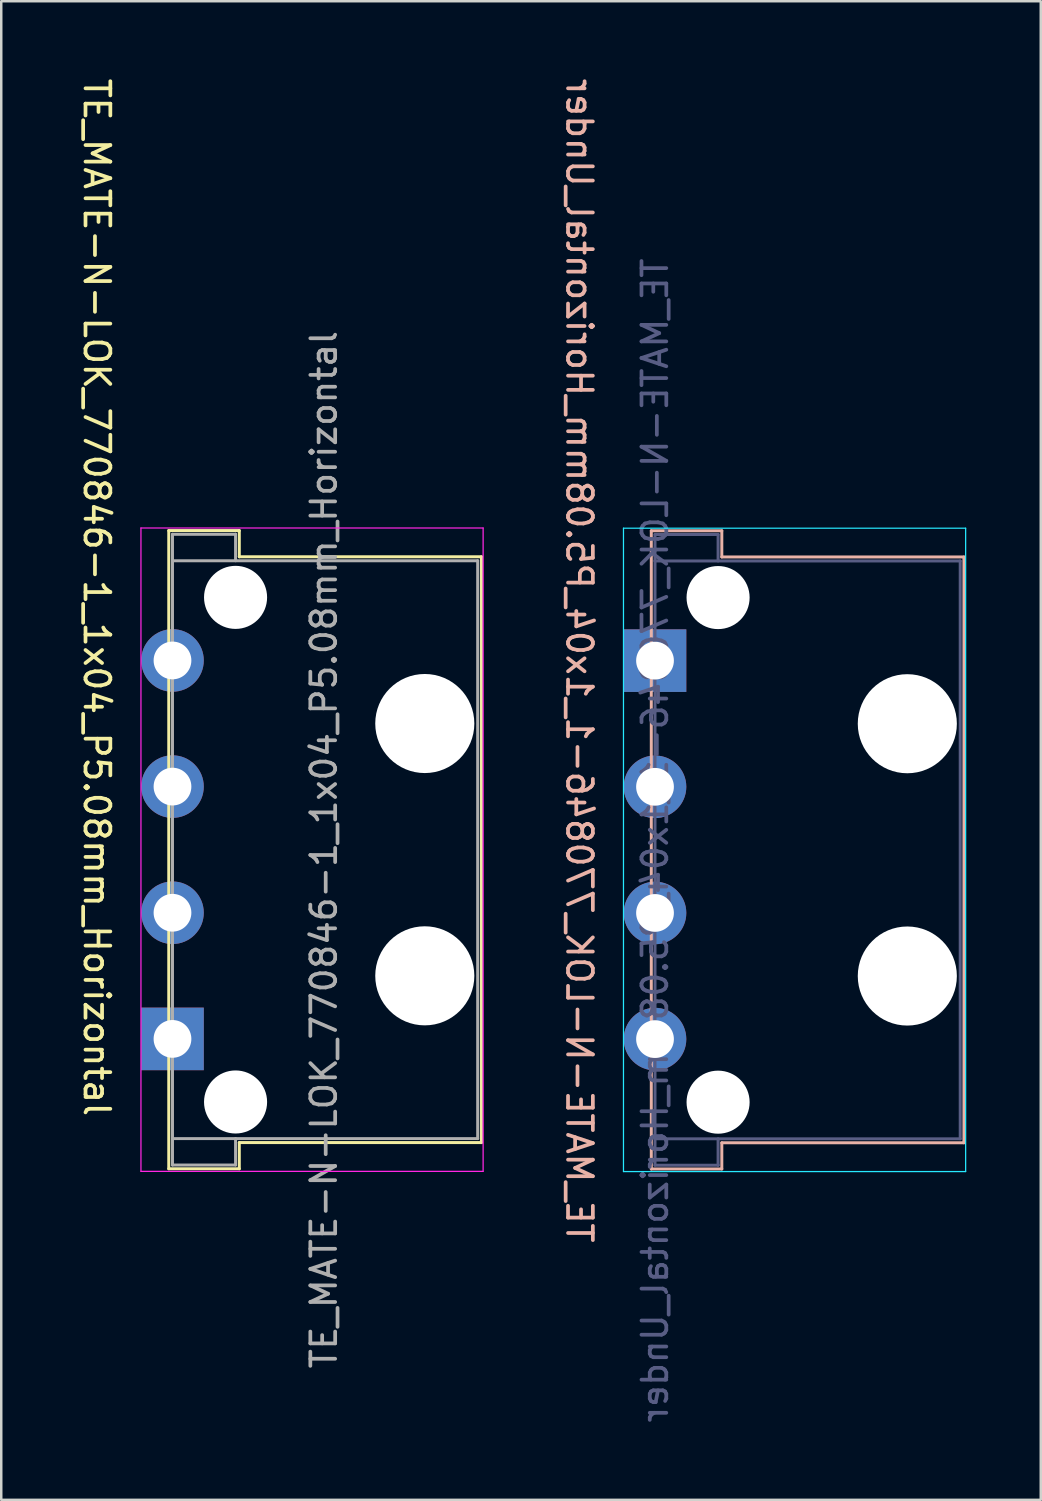
<source format=kicad_pcb>
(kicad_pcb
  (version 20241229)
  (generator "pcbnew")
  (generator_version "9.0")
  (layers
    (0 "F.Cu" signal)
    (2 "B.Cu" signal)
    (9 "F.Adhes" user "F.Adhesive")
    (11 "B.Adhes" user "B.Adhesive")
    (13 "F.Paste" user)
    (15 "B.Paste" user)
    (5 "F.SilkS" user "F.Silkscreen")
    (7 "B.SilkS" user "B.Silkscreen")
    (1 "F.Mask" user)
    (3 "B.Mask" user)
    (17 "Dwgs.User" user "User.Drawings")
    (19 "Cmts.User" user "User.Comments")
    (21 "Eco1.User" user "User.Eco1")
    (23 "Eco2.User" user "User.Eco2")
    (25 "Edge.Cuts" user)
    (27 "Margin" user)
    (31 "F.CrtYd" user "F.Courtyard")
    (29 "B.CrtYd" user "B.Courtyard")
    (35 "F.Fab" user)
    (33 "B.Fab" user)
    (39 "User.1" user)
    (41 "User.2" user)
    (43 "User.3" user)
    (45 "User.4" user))
  (footprint "TE_MATE-N-LOK_770846-1_1x04_P5.08mm_Horizontal_Under"
    (layer "F.Cu")
    (at 23.327 31.174)
    (property "Reference" "TE_MATE-N-LOK_770846-1_1x04_P5.08mm_Horizontal_Under" (at -3.048 -7.62 270) (unlocked yes) (layer "B.SilkS") (effects (font (size 1 1) (thickness 0.15)) (justify mirror)))
    (attr through_hole)
    (fp_line (start -0.15 -12.85) (end 2.69 -12.85) (stroke (width 0.12) (type solid)) (layer "B.SilkS"))
    (fp_line (start -0.15 12.85) (end -0.15 -12.85) (stroke (width 0.12) (type solid)) (layer "B.SilkS"))
    (fp_line (start 2.69 -12.85) (end 2.69 -11.795) (stroke (width 0.12) (type solid)) (layer "B.SilkS"))
    (fp_line (start 2.69 -11.795) (end 12.44 -11.795) (stroke (width 0.12) (type solid)) (layer "B.SilkS"))
    (fp_line (start 2.69 11.795) (end 2.69 12.85) (stroke (width 0.12) (type solid)) (layer "B.SilkS"))
    (fp_line (start 2.69 12.85) (end -0.15 12.85) (stroke (width 0.12) (type solid)) (layer "B.SilkS"))
    (fp_line (start 12.44 -11.795) (end 12.44 11.795) (stroke (width 0.12) (type solid)) (layer "B.SilkS"))
    (fp_line (start 12.44 11.795) (end 2.69 11.795) (stroke (width 0.12) (type solid)) (layer "B.SilkS"))
    (fp_line (start -1.27 -12.954) (end 12.509 -12.954) (stroke (width 0.05) (type solid)) (layer "B.CrtYd"))
    (fp_line (start -1.27 12.954) (end -1.27 -12.954) (stroke (width 0.05) (type solid)) (layer "B.CrtYd"))
    (fp_line (start -1.27 12.954) (end 12.509 12.954) (stroke (width 0.05) (type solid)) (layer "B.CrtYd"))
    (fp_line (start 12.509 -12.954) (end 12.509 12.954) (stroke (width 0.05) (type solid)) (layer "B.CrtYd"))
    (fp_line (start 0 -12.7) (end 2.54 -12.7) (stroke (width 0.12) (type solid)) (layer "B.Fab"))
    (fp_line (start 0 -11.635) (end 0 -12.7) (stroke (width 0.12) (type solid)) (layer "B.Fab"))
    (fp_line (start 0 -11.635) (end 0 11.635) (stroke (width 0.12) (type solid)) (layer "B.Fab"))
    (fp_line (start 0 11.635) (end 0 12.7) (stroke (width 0.12) (type solid)) (layer "B.Fab"))
    (fp_line (start 0 11.635) (end 12.29 11.635) (stroke (width 0.12) (type solid)) (layer "B.Fab"))
    (fp_line (start 0 12.7) (end 2.54 12.7) (stroke (width 0.12) (type solid)) (layer "B.Fab"))
    (fp_line (start 2.54 -11.635) (end 2.54 -12.7) (stroke (width 0.12) (type solid)) (layer "B.Fab"))
    (fp_line (start 2.54 11.635) (end 2.54 12.7) (stroke (width 0.12) (type solid)) (layer "B.Fab"))
    (fp_line (start 2.54 12.7) (end 2.54 12.7) (stroke (width 0.12) (type solid)) (layer "B.Fab"))
    (fp_line (start 12.29 -11.635) (end 0 -11.635) (stroke (width 0.12) (type solid)) (layer "B.Fab"))
    (fp_line (start 12.29 11.635) (end 12.29 -11.635) (stroke (width 0.12) (type solid)) (layer "B.Fab"))
    (fp_text user "${REFERENCE}" (at 0 -0.38 270) (layer "B.Fab") (effects (font (size 1 1) (thickness 0.15)) (justify mirror)))
    (pad "" np_thru_hole circle (at 2.54 -10.16 270) (size 2.54 2.54) (drill 2.54) (layers "*.Cu" "*.Mask"))
    (pad "" np_thru_hole circle (at 2.54 10.16 270) (size 2.54 2.54) (drill 2.54) (layers "*.Cu" "*.Mask"))
    (pad "" np_thru_hole circle (at 10.16 -5.08 270) (size 3.99 3.99) (drill 3.99) (layers "*.Cu" "*.Mask"))
    (pad "" np_thru_hole circle (at 10.16 5.08 270) (size 3.99 3.99) (drill 3.99) (layers "*.Cu" "*.Mask"))
    (pad "1" thru_hole rect (at 0 -7.62 270) (size 2.52 2.52) (drill 1.52) (layers "*.Cu" "*.Mask"))
    (pad "2" thru_hole circle (at 0 -2.54 270) (size 2.52 2.52) (drill 1.52) (layers "*.Cu" "*.Mask"))
    (pad "3" thru_hole circle (at 0 2.54 270) (size 2.52 2.52) (drill 1.52) (layers "*.Cu" "*.Mask"))
    (pad "4" thru_hole circle (at 0 7.62 270) (size 2.52 2.52) (drill 1.52) (layers "*.Cu" "*.Mask")))
  (footprint "TE_MATE-N-LOK_770846-1_1x04_P5.08mm_Horizontal"
    (layer "F.Cu")
    (at 3.896 31.166)
    (property "Reference" "TE_MATE-N-LOK_770846-1_1x04_P5.08mm_Horizontal" (at -3.048 -10.16 270) (unlocked yes) (layer "F.SilkS") (effects (font (size 1 1) (thickness 0.15))))
    (attr through_hole)
    (fp_line (start -0.15 -12.85) (end -0.15 12.85) (stroke (width 0.12) (type solid)) (layer "F.SilkS"))
    (fp_line (start -0.15 12.85) (end 2.69 12.85) (stroke (width 0.12) (type solid)) (layer "F.SilkS"))
    (fp_line (start 2.69 -12.85) (end -0.15 -12.85) (stroke (width 0.12) (type solid)) (layer "F.SilkS"))
    (fp_line (start 2.69 -11.795) (end 2.69 -12.85) (stroke (width 0.12) (type solid)) (layer "F.SilkS"))
    (fp_line (start 2.69 11.795) (end 12.44 11.795) (stroke (width 0.12) (type solid)) (layer "F.SilkS"))
    (fp_line (start 2.69 12.85) (end 2.69 11.795) (stroke (width 0.12) (type solid)) (layer "F.SilkS"))
    (fp_line (start 12.44 -11.795) (end 2.69 -11.795) (stroke (width 0.12) (type solid)) (layer "F.SilkS"))
    (fp_line (start 12.44 11.795) (end 12.44 -11.795) (stroke (width 0.12) (type solid)) (layer "F.SilkS"))
    (fp_line (start -1.27 -12.954) (end -1.27 12.954) (stroke (width 0.05) (type solid)) (layer "F.CrtYd"))
    (fp_line (start -1.27 -12.954) (end 12.509 -12.954) (stroke (width 0.05) (type solid)) (layer "F.CrtYd"))
    (fp_line (start -1.27 12.954) (end 12.509 12.954) (stroke (width 0.05) (type solid)) (layer "F.CrtYd"))
    (fp_line (start 12.509 12.954) (end 12.509 -12.954) (stroke (width 0.05) (type solid)) (layer "F.CrtYd"))
    (fp_line (start 0 -12.7) (end 2.54 -12.7) (stroke (width 0.12) (type solid)) (layer "F.Fab"))
    (fp_line (start 0 -11.635) (end 0 -12.7) (stroke (width 0.12) (type solid)) (layer "F.Fab"))
    (fp_line (start 0 -11.635) (end 12.29 -11.635) (stroke (width 0.12) (type solid)) (layer "F.Fab"))
    (fp_line (start 0 11.635) (end 0 -11.635) (stroke (width 0.12) (type solid)) (layer "F.Fab"))
    (fp_line (start 0 11.635) (end 0 12.7) (stroke (width 0.12) (type solid)) (layer "F.Fab"))
    (fp_line (start 0 12.7) (end 2.54 12.7) (stroke (width 0.12) (type solid)) (layer "F.Fab"))
    (fp_line (start 2.54 -12.7) (end 2.54 -12.7) (stroke (width 0.12) (type solid)) (layer "F.Fab"))
    (fp_line (start 2.54 -11.635) (end 2.54 -12.7) (stroke (width 0.12) (type solid)) (layer "F.Fab"))
    (fp_line (start 2.54 11.635) (end 2.54 12.7) (stroke (width 0.12) (type solid)) (layer "F.Fab"))
    (fp_line (start 12.29 -11.635) (end 12.29 11.635) (stroke (width 0.12) (type solid)) (layer "F.Fab"))
    (fp_line (start 12.29 11.635) (end 0 11.635) (stroke (width 0.12) (type solid)) (layer "F.Fab"))
    (fp_text user "${REFERENCE}" (at 6.096 0 270) (layer "F.Fab") (effects (font (size 1 1) (thickness 0.15))))
    (pad "" np_thru_hole circle (at 2.54 -10.16 270) (size 2.54 2.54) (drill 2.54) (layers "*.Cu" "*.Mask"))
    (pad "" np_thru_hole circle (at 2.54 10.16 270) (size 2.54 2.54) (drill 2.54) (layers "*.Cu" "*.Mask"))
    (pad "" np_thru_hole circle (at 10.16 -5.08 270) (size 3.99 3.99) (drill 3.99) (layers "*.Cu" "*.Mask"))
    (pad "" np_thru_hole circle (at 10.16 5.08 270) (size 3.99 3.99) (drill 3.99) (layers "*.Cu" "*.Mask"))
    (pad "1" thru_hole rect (at 0 7.62 270) (size 2.52 2.52) (drill 1.52) (layers "*.Cu" "*.Mask"))
    (pad "2" thru_hole circle (at 0 2.54 270) (size 2.52 2.52) (drill 1.52) (layers "*.Cu" "*.Mask"))
    (pad "3" thru_hole circle (at 0 -2.54 270) (size 2.52 2.52) (drill 1.52) (layers "*.Cu" "*.Mask"))
    (pad "4" thru_hole circle (at 0 -7.62 270) (size 2.52 2.52) (drill 1.52) (layers "*.Cu" "*.Mask")))
  (gr_rect
    (start -3 -3)
    (end 38.861 57.347)
    (stroke (width 0.1) (type default))
    (fill no)
    (layer "Edge.Cuts")))
</source>
